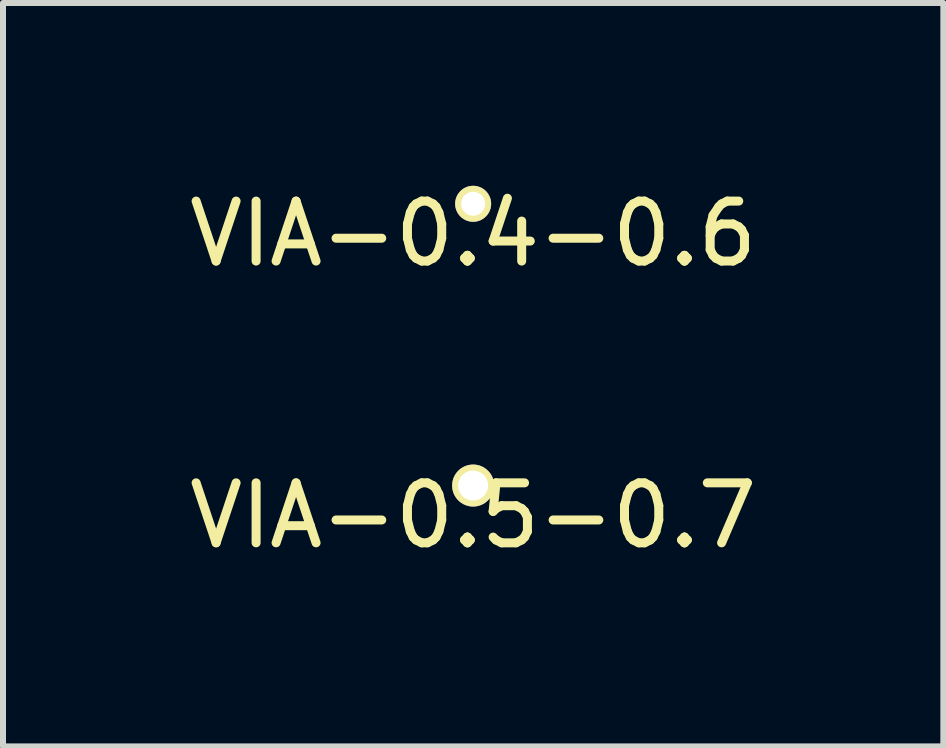
<source format=kicad_pcb>
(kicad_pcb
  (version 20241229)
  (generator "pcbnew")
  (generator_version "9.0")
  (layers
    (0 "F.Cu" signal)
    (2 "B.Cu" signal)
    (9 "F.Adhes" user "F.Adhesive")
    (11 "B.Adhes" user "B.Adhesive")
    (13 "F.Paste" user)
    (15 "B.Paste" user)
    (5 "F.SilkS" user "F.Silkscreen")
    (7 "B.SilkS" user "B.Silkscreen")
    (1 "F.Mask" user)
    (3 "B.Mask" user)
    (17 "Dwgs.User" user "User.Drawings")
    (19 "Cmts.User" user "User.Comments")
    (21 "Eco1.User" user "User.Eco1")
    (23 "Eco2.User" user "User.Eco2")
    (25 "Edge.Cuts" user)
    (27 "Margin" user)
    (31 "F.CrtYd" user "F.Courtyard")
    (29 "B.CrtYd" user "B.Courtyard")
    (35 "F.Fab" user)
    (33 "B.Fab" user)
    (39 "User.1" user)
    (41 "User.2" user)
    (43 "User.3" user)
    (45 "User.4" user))
  (footprint "VIA-0.5-0.7"
    (layer "F.Cu")
    (at 4.839 5.046)
    (property "Reference" "VIA-0.5-0.7" (at 0 0.5 0) (layer "F.SilkS") (effects (font (size 1 1) (thickness 0.15))))
    (attr through_hole)
    (pad "1" thru_hole circle (at 0 0) (size 0.7 0.7) (drill 0.5) (layers "*.Cu" "F.SilkS")))
  (footprint "VIA-0.4-0.6"
    (layer "F.Cu")
    (at 4.839 0.348)
    (property "Reference" "VIA-0.4-0.6" (at 0 0.5 0) (layer "F.SilkS") (effects (font (size 1 1) (thickness 0.15))))
    (attr through_hole)
    (pad "1" thru_hole circle (at 0 0) (size 0.6 0.6) (drill 0.4) (layers "*.Cu" "F.SilkS")))
  (gr_rect
    (start -3 -3)
    (end 12.679 9.395)
    (stroke (width 0.1) (type default))
    (fill no)
    (layer "Edge.Cuts")))
</source>
